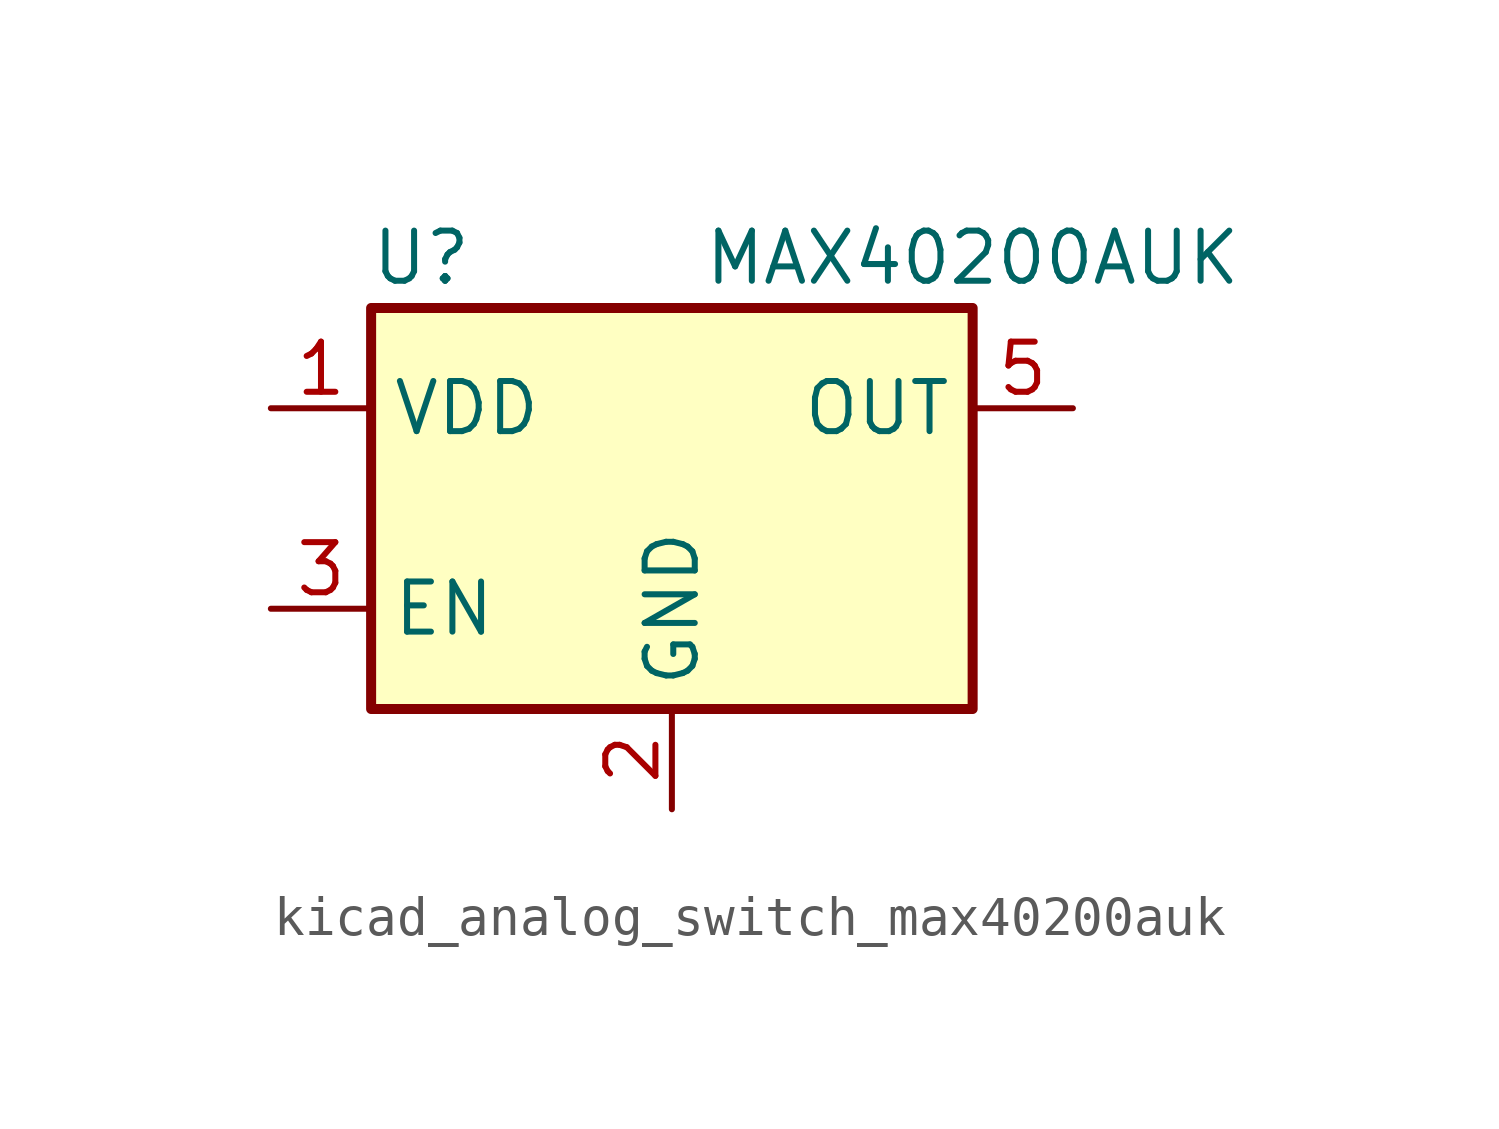
<source format=kicad_sym>
(kicad_symbol_lib
  (version 20220914)
  (generator kicad_symbol_editor)
  (symbol "kicad_analog_switch_max40200auk"
    (property "Reference" "U"
      (at -6.35 6.35 0)
      (effects (font (size 1.27 1.27))))
    (property "Value" "MAX40200AUK"
      (at 7.62 6.35 0)
      (effects (font (size 1.27 1.27))))
    (symbol "kicad_analog_switch_max40200auk_1_1"
      (rectangle (start -7.62 -5.08) (end 7.62 5.08) (stroke (width 0.254) (type default)) (fill (type background)))
      (pin power_in line (at -10.16 2.54 0) (length 2.54) (name "VDD" (effects (font (size 1.27 1.27)))) (number "1" (effects (font (size 1.27 1.27)))))
      (pin power_in line (at 0 -7.62 90) (length 2.54) (name "GND" (effects (font (size 1.27 1.27)))) (number "2" (effects (font (size 1.27 1.27)))))
      (pin input line (at -10.16 -2.54 0) (length 2.54) (name "EN" (effects (font (size 1.27 1.27)))) (number "3" (effects (font (size 1.27 1.27)))))
      (pin no_connect line (at 7.62 -2.54 180) (length 2.54) hide (name "NC" (effects (font (size 1.27 1.27)))) (number "4" (effects (font (size 1.27 1.27)))))
      (pin passive line (at 10.16 2.54 180) (length 2.54) (name "OUT" (effects (font (size 1.27 1.27)))) (number "5" (effects (font (size 1.27 1.27))))))))
</source>
